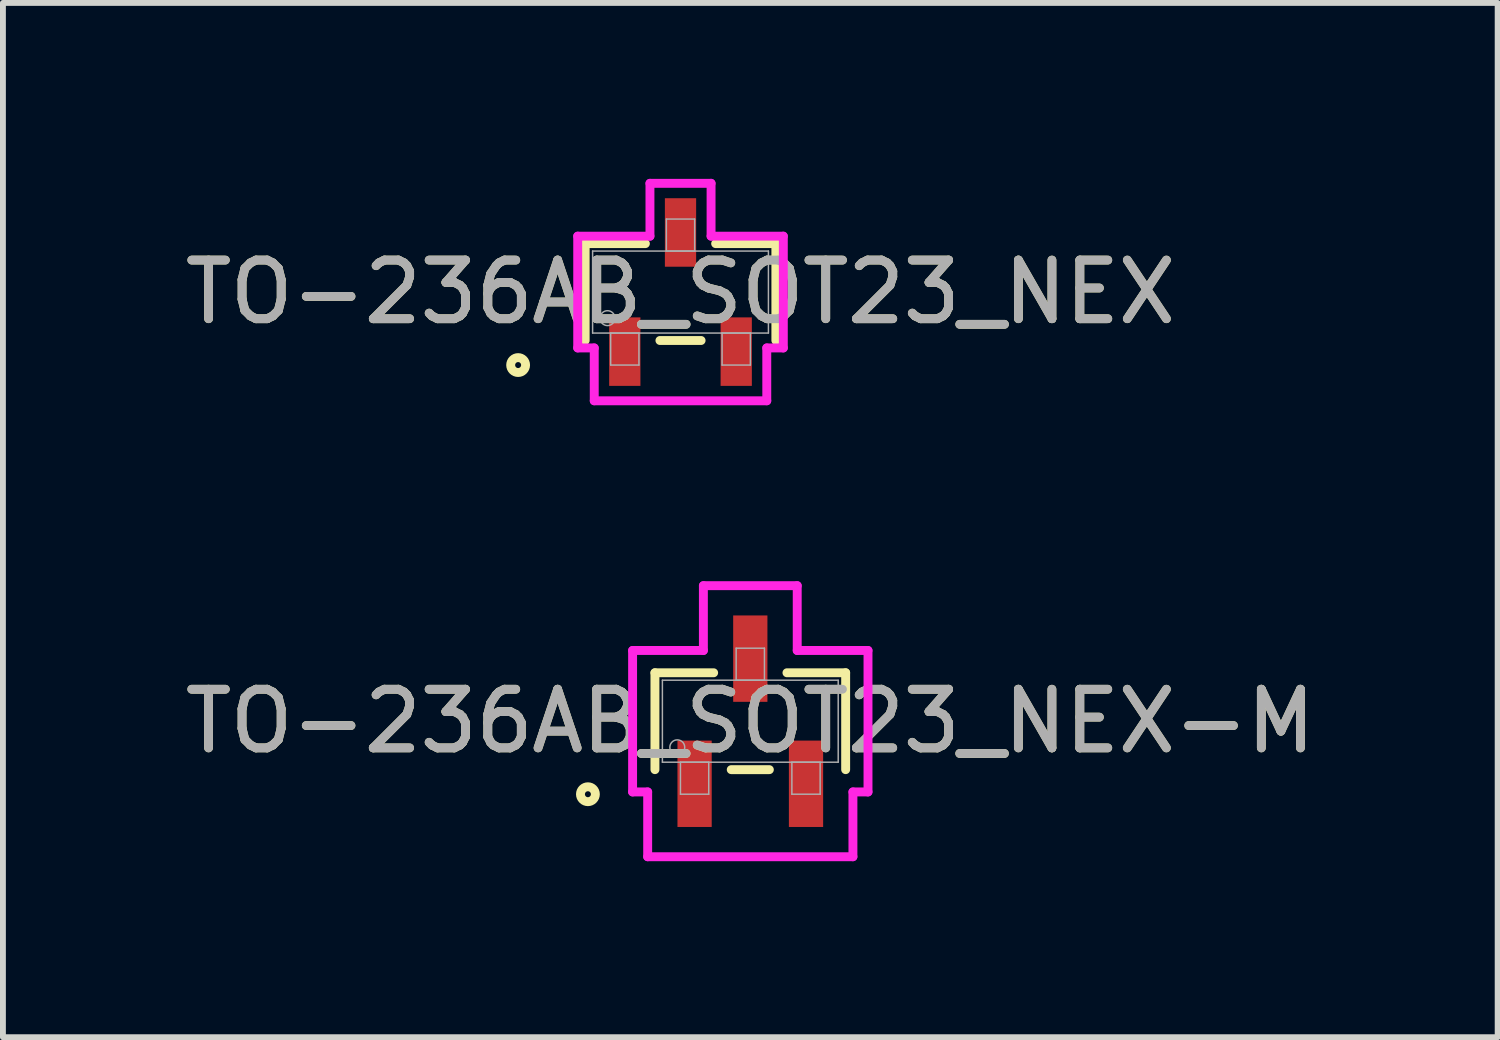
<source format=kicad_pcb>
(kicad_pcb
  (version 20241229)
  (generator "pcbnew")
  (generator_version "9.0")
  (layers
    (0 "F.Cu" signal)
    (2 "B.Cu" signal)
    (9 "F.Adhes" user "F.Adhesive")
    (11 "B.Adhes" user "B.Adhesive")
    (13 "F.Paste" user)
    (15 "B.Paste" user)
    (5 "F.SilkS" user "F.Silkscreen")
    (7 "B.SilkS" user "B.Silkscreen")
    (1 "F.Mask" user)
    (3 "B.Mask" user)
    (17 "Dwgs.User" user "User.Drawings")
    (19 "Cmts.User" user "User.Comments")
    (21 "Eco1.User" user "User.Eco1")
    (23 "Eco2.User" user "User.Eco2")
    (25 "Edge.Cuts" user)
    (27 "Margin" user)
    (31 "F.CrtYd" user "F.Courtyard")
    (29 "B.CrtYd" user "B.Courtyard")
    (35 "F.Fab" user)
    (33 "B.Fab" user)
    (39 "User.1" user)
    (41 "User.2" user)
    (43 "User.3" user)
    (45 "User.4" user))
  (footprint "TO-236AB_SOT23_NEX"
    (layer "F.Cu")
    (at 8.554 1.93)
    (property "Reference" "TO-236AB_SOT23_NEX" (at 0 0 0) (unlocked yes) (layer "F.SilkS") (effects (font (size 1 1) (thickness 0.15))))
    (attr smd)
    (fp_line (start -1.626 -0.826) (end -1.626 0.826) (stroke (width 0.152) (type solid)) (layer "F.SilkS"))
    (fp_line (start -0.599 -0.826) (end -1.626 -0.826) (stroke (width 0.152) (type solid)) (layer "F.SilkS"))
    (fp_line (start -0.351 0.826) (end 0.351 0.826) (stroke (width 0.152) (type solid)) (layer "F.SilkS"))
    (fp_line (start 1.626 -0.826) (end 0.599 -0.826) (stroke (width 0.152) (type solid)) (layer "F.SilkS"))
    (fp_line (start 1.626 0.826) (end 1.626 -0.826) (stroke (width 0.152) (type solid)) (layer "F.SilkS"))
    (fp_circle (center -2.769 1.245) (end -2.642 1.245) (stroke (width 0.152) (type solid)) (fill no) (layer "F.SilkS"))
    (fp_line (start -1.753 -0.953) (end -0.521 -0.953) (stroke (width 0.152) (type solid)) (layer "F.CrtYd"))
    (fp_line (start -1.753 0.953) (end -1.753 -0.953) (stroke (width 0.152) (type solid)) (layer "F.CrtYd"))
    (fp_line (start -1.753 0.953) (end -1.471 0.953) (stroke (width 0.152) (type solid)) (layer "F.CrtYd"))
    (fp_line (start -1.471 0.953) (end -1.471 1.854) (stroke (width 0.152) (type solid)) (layer "F.CrtYd"))
    (fp_line (start -1.471 1.854) (end 1.471 1.854) (stroke (width 0.152) (type solid)) (layer "F.CrtYd"))
    (fp_line (start -0.521 -1.854) (end 0.521 -1.854) (stroke (width 0.152) (type solid)) (layer "F.CrtYd"))
    (fp_line (start -0.521 -0.953) (end -0.521 -1.854) (stroke (width 0.152) (type solid)) (layer "F.CrtYd"))
    (fp_line (start 0.521 -0.953) (end 0.521 -1.854) (stroke (width 0.152) (type solid)) (layer "F.CrtYd"))
    (fp_line (start 1.471 0.953) (end 1.471 1.854) (stroke (width 0.152) (type solid)) (layer "F.CrtYd"))
    (fp_line (start 1.753 -0.953) (end 0.521 -0.953) (stroke (width 0.152) (type solid)) (layer "F.CrtYd"))
    (fp_line (start 1.753 -0.953) (end 1.753 0.953) (stroke (width 0.152) (type solid)) (layer "F.CrtYd"))
    (fp_line (start 1.753 0.953) (end 1.471 0.953) (stroke (width 0.152) (type solid)) (layer "F.CrtYd"))
    (fp_line (start -1.499 -0.699) (end -1.499 0.699) (stroke (width 0.025) (type solid)) (layer "F.Fab"))
    (fp_line (start -1.499 0.699) (end 1.499 0.699) (stroke (width 0.025) (type solid)) (layer "F.Fab"))
    (fp_line (start -1.191 0.699) (end -1.191 1.245) (stroke (width 0.025) (type solid)) (layer "F.Fab"))
    (fp_line (start -1.191 1.245) (end -0.709 1.245) (stroke (width 0.025) (type solid)) (layer "F.Fab"))
    (fp_line (start -0.709 0.699) (end -1.191 0.699) (stroke (width 0.025) (type solid)) (layer "F.Fab"))
    (fp_line (start -0.709 1.245) (end -0.709 0.699) (stroke (width 0.025) (type solid)) (layer "F.Fab"))
    (fp_line (start -0.241 -1.245) (end -0.241 -0.699) (stroke (width 0.025) (type solid)) (layer "F.Fab"))
    (fp_line (start -0.241 -0.699) (end 0.241 -0.699) (stroke (width 0.025) (type solid)) (layer "F.Fab"))
    (fp_line (start 0.241 -1.245) (end -0.241 -1.245) (stroke (width 0.025) (type solid)) (layer "F.Fab"))
    (fp_line (start 0.241 -0.699) (end 0.241 -1.245) (stroke (width 0.025) (type solid)) (layer "F.Fab"))
    (fp_line (start 0.709 0.699) (end 0.709 1.245) (stroke (width 0.025) (type solid)) (layer "F.Fab"))
    (fp_line (start 0.709 1.245) (end 1.191 1.245) (stroke (width 0.025) (type solid)) (layer "F.Fab"))
    (fp_line (start 1.191 0.699) (end 0.709 0.699) (stroke (width 0.025) (type solid)) (layer "F.Fab"))
    (fp_line (start 1.191 1.245) (end 1.191 0.699) (stroke (width 0.025) (type solid)) (layer "F.Fab"))
    (fp_line (start 1.499 -0.699) (end -1.499 -0.699) (stroke (width 0.025) (type solid)) (layer "F.Fab"))
    (fp_line (start 1.499 0.699) (end 1.499 -0.699) (stroke (width 0.025) (type solid)) (layer "F.Fab"))
    (fp_circle (center -1.245 0.445) (end -1.118 0.445) (stroke (width 0.025) (type solid)) (fill no) (layer "F.Fab"))
    (fp_text user "${REFERENCE}" (at 0 0 0) (unlocked yes) (layer "F.Fab") (effects (font (size 1 1) (thickness 0.15))))
    (pad "1" smd rect (at -0.95 1.016) (size 0.533 1.168) (layers "F.Cu" "F.Mask" "F.Paste"))
    (pad "2" smd rect (at 0.95 1.016) (size 0.533 1.168) (layers "F.Cu" "F.Mask" "F.Paste"))
    (pad "3" smd rect (at 0 -1.016) (size 0.533 1.168) (layers "F.Cu" "F.Mask" "F.Paste")))
  (footprint "TO-236AB_SOT23_NEX-M"
    (layer "F.Cu")
    (at 9.744 9.248)
    (property "Reference" "TO-236AB_SOT23_NEX-M" (at 0 0 0) (unlocked yes) (layer "F.SilkS") (effects (font (size 1 1) (thickness 0.15))))
    (attr smd)
    (fp_line (start -1.626 -0.826) (end -1.626 0.826) (stroke (width 0.152) (type solid)) (layer "F.SilkS"))
    (fp_line (start -0.625 -0.826) (end -1.626 -0.826) (stroke (width 0.152) (type solid)) (layer "F.SilkS"))
    (fp_line (start -0.325 0.826) (end 0.325 0.826) (stroke (width 0.152) (type solid)) (layer "F.SilkS"))
    (fp_line (start 1.626 -0.826) (end 0.625 -0.826) (stroke (width 0.152) (type solid)) (layer "F.SilkS"))
    (fp_line (start 1.626 0.826) (end 1.626 -0.826) (stroke (width 0.152) (type solid)) (layer "F.SilkS"))
    (fp_circle (center -2.769 1.245) (end -2.642 1.245) (stroke (width 0.152) (type solid)) (fill no) (layer "F.SilkS"))
    (fp_line (start -2.007 -1.206) (end -0.8 -1.206) (stroke (width 0.152) (type solid)) (layer "F.CrtYd"))
    (fp_line (start -2.007 1.206) (end -2.007 -1.206) (stroke (width 0.152) (type solid)) (layer "F.CrtYd"))
    (fp_line (start -2.007 1.206) (end -1.75 1.206) (stroke (width 0.152) (type solid)) (layer "F.CrtYd"))
    (fp_line (start -1.75 1.206) (end -1.75 2.311) (stroke (width 0.152) (type solid)) (layer "F.CrtYd"))
    (fp_line (start -1.75 2.311) (end 1.75 2.311) (stroke (width 0.152) (type solid)) (layer "F.CrtYd"))
    (fp_line (start -0.8 -2.311) (end 0.8 -2.311) (stroke (width 0.152) (type solid)) (layer "F.CrtYd"))
    (fp_line (start -0.8 -1.206) (end -0.8 -2.311) (stroke (width 0.152) (type solid)) (layer "F.CrtYd"))
    (fp_line (start 0.8 -1.206) (end 0.8 -2.311) (stroke (width 0.152) (type solid)) (layer "F.CrtYd"))
    (fp_line (start 1.75 1.206) (end 1.75 2.311) (stroke (width 0.152) (type solid)) (layer "F.CrtYd"))
    (fp_line (start 2.007 -1.206) (end 0.8 -1.206) (stroke (width 0.152) (type solid)) (layer "F.CrtYd"))
    (fp_line (start 2.007 -1.206) (end 2.007 1.206) (stroke (width 0.152) (type solid)) (layer "F.CrtYd"))
    (fp_line (start 2.007 1.206) (end 1.75 1.206) (stroke (width 0.152) (type solid)) (layer "F.CrtYd"))
    (fp_line (start -1.499 -0.699) (end -1.499 0.699) (stroke (width 0.025) (type solid)) (layer "F.Fab"))
    (fp_line (start -1.499 0.699) (end 1.499 0.699) (stroke (width 0.025) (type solid)) (layer "F.Fab"))
    (fp_line (start -1.191 0.699) (end -1.191 1.245) (stroke (width 0.025) (type solid)) (layer "F.Fab"))
    (fp_line (start -1.191 1.245) (end -0.709 1.245) (stroke (width 0.025) (type solid)) (layer "F.Fab"))
    (fp_line (start -0.709 0.699) (end -1.191 0.699) (stroke (width 0.025) (type solid)) (layer "F.Fab"))
    (fp_line (start -0.709 1.245) (end -0.709 0.699) (stroke (width 0.025) (type solid)) (layer "F.Fab"))
    (fp_line (start -0.241 -1.245) (end -0.241 -0.699) (stroke (width 0.025) (type solid)) (layer "F.Fab"))
    (fp_line (start -0.241 -0.699) (end 0.241 -0.699) (stroke (width 0.025) (type solid)) (layer "F.Fab"))
    (fp_line (start 0.241 -1.245) (end -0.241 -1.245) (stroke (width 0.025) (type solid)) (layer "F.Fab"))
    (fp_line (start 0.241 -0.699) (end 0.241 -1.245) (stroke (width 0.025) (type solid)) (layer "F.Fab"))
    (fp_line (start 0.709 0.699) (end 0.709 1.245) (stroke (width 0.025) (type solid)) (layer "F.Fab"))
    (fp_line (start 0.709 1.245) (end 1.191 1.245) (stroke (width 0.025) (type solid)) (layer "F.Fab"))
    (fp_line (start 1.191 0.699) (end 0.709 0.699) (stroke (width 0.025) (type solid)) (layer "F.Fab"))
    (fp_line (start 1.191 1.245) (end 1.191 0.699) (stroke (width 0.025) (type solid)) (layer "F.Fab"))
    (fp_line (start 1.499 -0.699) (end -1.499 -0.699) (stroke (width 0.025) (type solid)) (layer "F.Fab"))
    (fp_line (start 1.499 0.699) (end 1.499 -0.699) (stroke (width 0.025) (type solid)) (layer "F.Fab"))
    (fp_circle (center -1.245 0.445) (end -1.118 0.445) (stroke (width 0.025) (type solid)) (fill no) (layer "F.Fab"))
    (fp_text user "${REFERENCE}" (at 0 0 0) (unlocked yes) (layer "F.Fab") (effects (font (size 1 1) (thickness 0.15))))
    (pad "1" smd rect (at -0.95 1.067) (size 0.584 1.473) (layers "F.Cu" "F.Mask" "F.Paste"))
    (pad "2" smd rect (at 0.95 1.067) (size 0.584 1.473) (layers "F.Cu" "F.Mask" "F.Paste"))
    (pad "3" smd rect (at 0 -1.067) (size 0.584 1.473) (layers "F.Cu" "F.Mask" "F.Paste")))
  (gr_rect
    (start -3 -3)
    (end 22.488 14.636)
    (stroke (width 0.1) (type default))
    (fill no)
    (layer "Edge.Cuts")))
</source>
